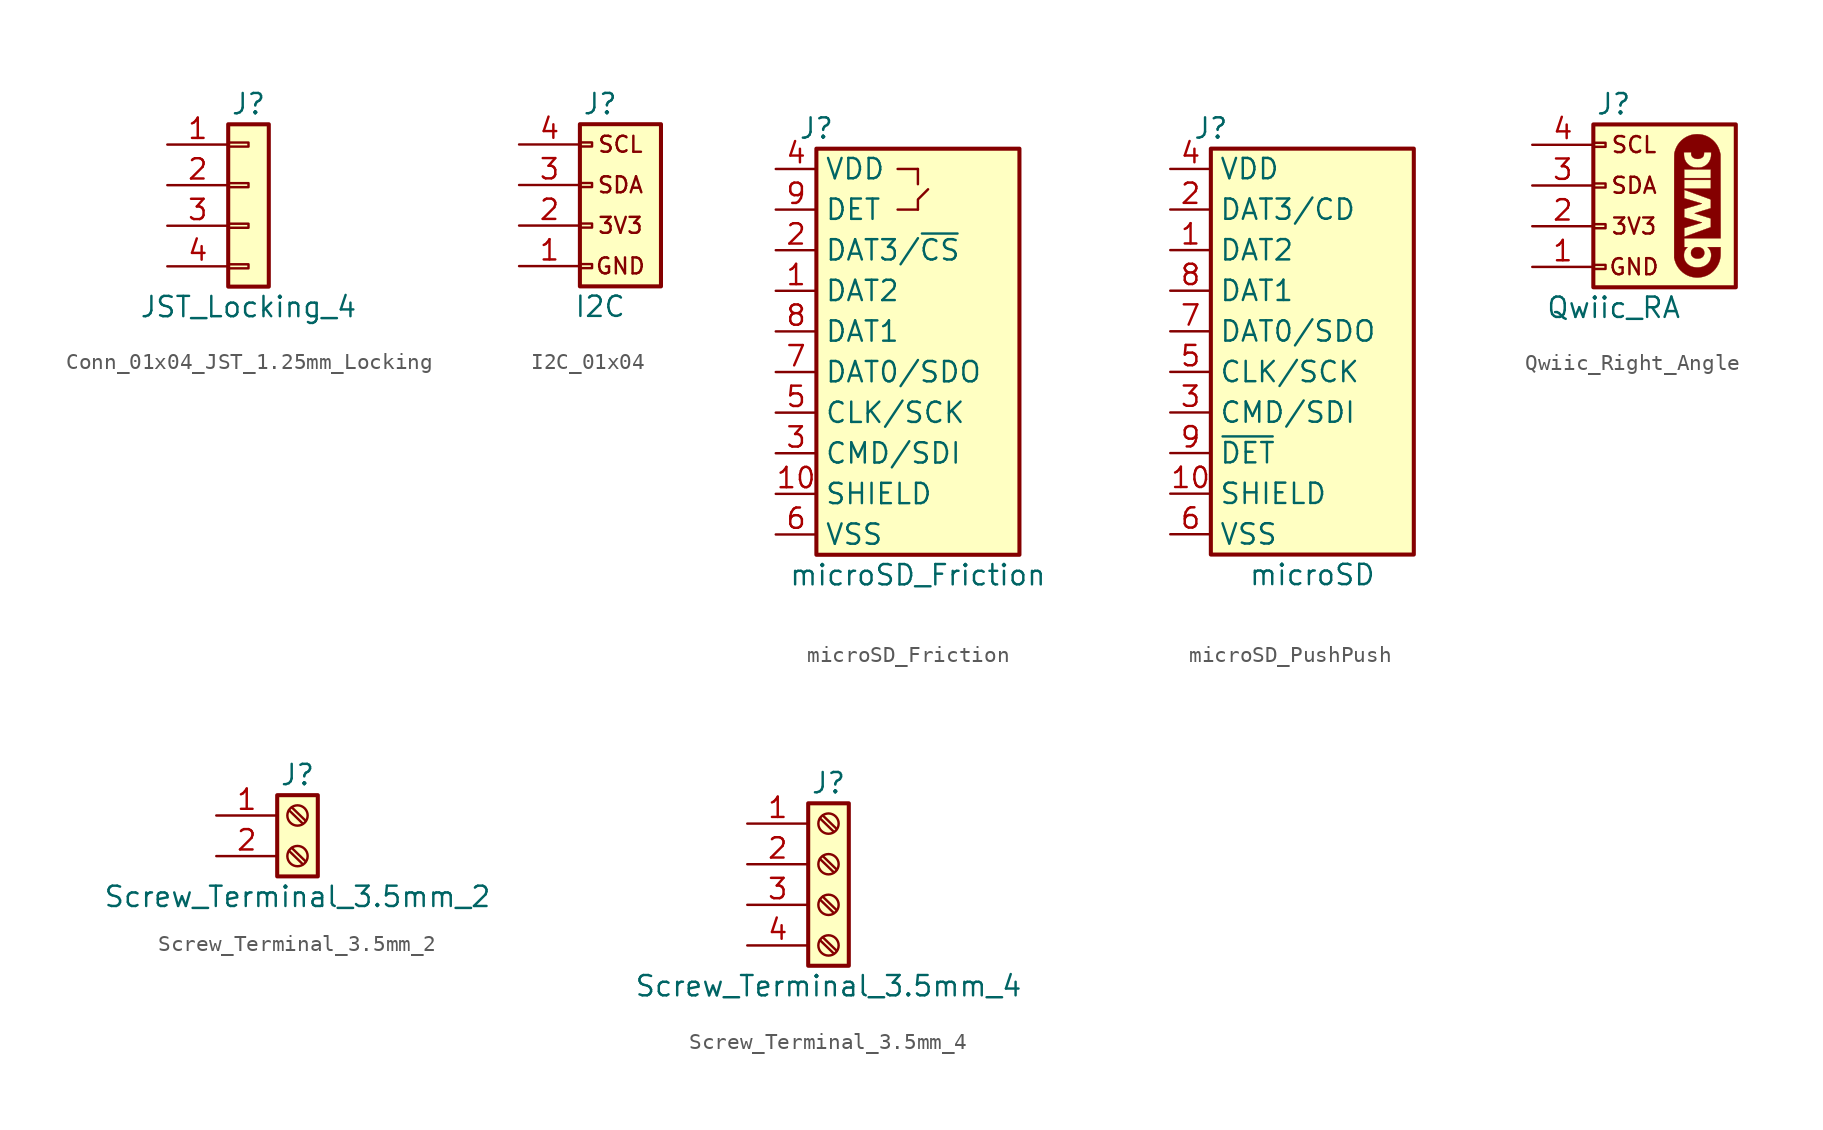
<source format=kicad_sym>
(kicad_symbol_lib
  (version 20231120)
  (generator "kicad_symbol_editor")
  (generator_version "8.0")
  (symbol "Conn_01x04_JST_1.25mm_Locking"
    (pin_names
      (offset 1.016) hide)
    (property "Reference" "J"
      (at 0 5.08 0)
      (effects (font (size 1.27 1.27))))
    (property "Value" "JST_Locking_4"
      (at 0 -7.62 0)
      (effects (font (size 1.27 1.27))))
    (symbol "Conn_01x04_JST_1.25mm_Locking_1_1"
      (rectangle (start -1.27 -4.953) (end 0 -5.207) (stroke (width 0.152) (type default)) (fill (type none)))
      (rectangle (start -1.27 -2.413) (end 0 -2.667) (stroke (width 0.152) (type default)) (fill (type none)))
      (rectangle (start -1.27 0.127) (end 0 -0.127) (stroke (width 0.152) (type default)) (fill (type none)))
      (rectangle (start -1.27 2.667) (end 0 2.413) (stroke (width 0.152) (type default)) (fill (type none)))
      (rectangle (start -1.27 3.81) (end 1.27 -6.35) (stroke (width 0.254) (type default)) (fill (type background)))
      (pin passive line (at -5.08 2.54 0) (length 3.81) (name "Pin_1" (effects (font (size 1.27 1.27)))) (number "1" (effects (font (size 1.27 1.27)))))
      (pin passive line (at -5.08 0 0) (length 3.81) (name "Pin_2" (effects (font (size 1.27 1.27)))) (number "2" (effects (font (size 1.27 1.27)))))
      (pin passive line (at -5.08 -2.54 0) (length 3.81) (name "Pin_3" (effects (font (size 1.27 1.27)))) (number "3" (effects (font (size 1.27 1.27)))))
      (pin passive line (at -5.08 -5.08 0) (length 3.81) (name "Pin_4" (effects (font (size 1.27 1.27)))) (number "4" (effects (font (size 1.27 1.27)))))
      (pin no_connect line (at 0 -6.35 90) (length 5.08) hide (name "NC" (effects (font (size 1.27 1.27)))) (number "NC1" (effects (font (size 1.27 1.27)))))
      (pin no_connect line (at 0 -6.35 90) (length 5.08) hide (name "NC" (effects (font (size 1.27 1.27)))) (number "NC2" (effects (font (size 1.27 1.27)))))))
  (symbol "I2C_01x04"
    (pin_names
      (offset 1.016) hide)
    (property "Reference" "J"
      (at 0 5.08 0)
      (effects (font (size 1.27 1.27))))
    (property "Value" "I2C"
      (at 0 -7.62 0)
      (effects (font (size 1.27 1.27))))
    (symbol "I2C_01x04_1_1"
      (rectangle (start -1.27 -4.953) (end -0.508 -5.207) (stroke (width 0.152) (type default)) (fill (type none)))
      (rectangle (start -1.27 -2.413) (end -0.508 -2.667) (stroke (width 0.152) (type default)) (fill (type none)))
      (rectangle (start -1.27 0.127) (end -0.508 -0.127) (stroke (width 0.152) (type default)) (fill (type none)))
      (rectangle (start -1.27 2.667) (end -0.508 2.413) (stroke (width 0.152) (type default)) (fill (type none)))
      (rectangle (start -1.27 3.81) (end 3.81 -6.35) (stroke (width 0.254) (type default)) (fill (type background)))
      (text "3V3" (at 1.27 -2.54 0) (effects (font (size 1 1))))
      (text "GND" (at 1.27 -5.08 0) (effects (font (size 1 1))))
      (text "SCL" (at 1.27 2.54 0) (effects (font (size 1 1))))
      (text "SDA" (at 1.27 0 0) (effects (font (size 1 1))))
      (pin passive line (at -5.08 -5.08 0) (length 3.81) (name "Pin_1" (effects (font (size 1.27 1.27)))) (number "1" (effects (font (size 1.27 1.27)))))
      (pin passive line (at -5.08 -2.54 0) (length 3.81) (name "Pin_2" (effects (font (size 1.27 1.27)))) (number "2" (effects (font (size 1.27 1.27)))))
      (pin passive line (at -5.08 0 0) (length 3.81) (name "Pin_3" (effects (font (size 1.27 1.27)))) (number "3" (effects (font (size 1.27 1.27)))))
      (pin passive line (at -5.08 2.54 0) (length 3.81) (name "Pin_4" (effects (font (size 1.27 1.27)))) (number "4" (effects (font (size 1.27 1.27)))))))
  (symbol "microSD_Friction"
    (property "Reference" "J"
      (at -6.35 15.24 0)
      (do_not_autoplace)
      (effects (font (size 1.27 1.27))))
    (property "Value" "microSD_Friction"
      (at 0 -12.7 0)
      (do_not_autoplace)
      (effects (font (size 1.27 1.27))))
    (symbol "microSD_Friction_0_1"
      (polyline (pts (xy -1.27 10.16) (xy 0 10.16)) (stroke (width 0) (type default)) (fill (type none)))
      (polyline (pts (xy -1.27 12.7) (xy 0 12.7)) (stroke (width 0) (type default)) (fill (type none)))
      (polyline (pts (xy 0 12.7) (xy 0 11.748)) (stroke (width 0) (type default)) (fill (type none)))
      (polyline (pts (xy 0 10.16) (xy 0 10.795) (xy 0.635 11.43)) (stroke (width 0) (type default)) (fill (type none))))
    (symbol "microSD_Friction_1_1"
      (rectangle (start -6.35 13.97) (end 6.35 -11.43) (stroke (width 0.254) (type default)) (fill (type background)))
      (pin bidirectional line (at -8.89 5.08 0) (length 2.54) (name "DAT2" (effects (font (size 1.27 1.27)))) (number "1" (effects (font (size 1.27 1.27)))))
      (pin passive line (at -8.89 -7.62 0) (length 2.54) (name "SHIELD" (effects (font (size 1.27 1.27)))) (number "10" (effects (font (size 1.27 1.27)))))
      (pin bidirectional line (at -8.89 7.62 0) (length 2.54) (name "DAT3/~{CS}" (effects (font (size 1.27 1.27)))) (number "2" (effects (font (size 1.27 1.27)))))
      (pin input line (at -8.89 -5.08 0) (length 2.54) (name "CMD/SDI" (effects (font (size 1.27 1.27)))) (number "3" (effects (font (size 1.27 1.27)))))
      (pin power_in line (at -8.89 12.7 0) (length 2.54) (name "VDD" (effects (font (size 1.27 1.27)))) (number "4" (effects (font (size 1.27 1.27)))))
      (pin input line (at -8.89 -2.54 0) (length 2.54) (name "CLK/SCK" (effects (font (size 1.27 1.27)))) (number "5" (effects (font (size 1.27 1.27)))))
      (pin power_in line (at -8.89 -10.16 0) (length 2.54) (name "VSS" (effects (font (size 1.27 1.27)))) (number "6" (effects (font (size 1.27 1.27)))))
      (pin bidirectional line (at -8.89 0 0) (length 2.54) (name "DAT0/SDO" (effects (font (size 1.27 1.27)))) (number "7" (effects (font (size 1.27 1.27)))))
      (pin bidirectional line (at -8.89 2.54 0) (length 2.54) (name "DAT1" (effects (font (size 1.27 1.27)))) (number "8" (effects (font (size 1.27 1.27)))))
      (pin passive line (at -8.89 10.16 0) (length 2.54) (name "DET" (effects (font (size 1.27 1.27)))) (number "9" (effects (font (size 1.27 1.27)))))))
  (symbol "microSD_PushPush"
    (property "Reference" "J"
      (at -6.35 15.24 0)
      (do_not_autoplace)
      (effects (font (size 1.27 1.27))))
    (property "Value" "microSD"
      (at 0 -12.7 0)
      (do_not_autoplace)
      (effects (font (size 1.27 1.27))))
    (symbol "microSD_PushPush_1_1"
      (rectangle (start -6.35 13.97) (end 6.35 -11.43) (stroke (width 0.254) (type default)) (fill (type background)))
      (pin bidirectional line (at -8.89 7.62 0) (length 2.54) (name "DAT2" (effects (font (size 1.27 1.27)))) (number "1" (effects (font (size 1.27 1.27)))))
      (pin passive line (at -8.89 -7.62 0) (length 2.54) (name "SHIELD" (effects (font (size 1.27 1.27)))) (number "10" (effects (font (size 1.27 1.27)))))
      (pin bidirectional line (at -8.89 10.16 0) (length 2.54) (name "DAT3/CD" (effects (font (size 1.27 1.27)))) (number "2" (effects (font (size 1.27 1.27)))))
      (pin input line (at -8.89 -2.54 0) (length 2.54) (name "CMD/SDI" (effects (font (size 1.27 1.27)))) (number "3" (effects (font (size 1.27 1.27)))))
      (pin power_in line (at -8.89 12.7 0) (length 2.54) (name "VDD" (effects (font (size 1.27 1.27)))) (number "4" (effects (font (size 1.27 1.27)))))
      (pin input line (at -8.89 0 0) (length 2.54) (name "CLK/SCK" (effects (font (size 1.27 1.27)))) (number "5" (effects (font (size 1.27 1.27)))))
      (pin power_in line (at -8.89 -10.16 0) (length 2.54) (name "VSS" (effects (font (size 1.27 1.27)))) (number "6" (effects (font (size 1.27 1.27)))))
      (pin bidirectional line (at -8.89 2.54 0) (length 2.54) (name "DAT0/SDO" (effects (font (size 1.27 1.27)))) (number "7" (effects (font (size 1.27 1.27)))))
      (pin bidirectional line (at -8.89 5.08 0) (length 2.54) (name "DAT1" (effects (font (size 1.27 1.27)))) (number "8" (effects (font (size 1.27 1.27)))))
      (pin passive line (at -8.89 -5.08 0) (length 2.54) (name "~{DET}" (effects (font (size 1.27 1.27)))) (number "9" (effects (font (size 1.27 1.27)))))))
  (symbol "Qwiic_Right_Angle"
    (pin_names
      (offset 1.016) hide)
    (property "Reference" "J"
      (at 0 5.08 0)
      (effects (font (size 1.27 1.27))))
    (property "Value" "Qwiic_RA"
      (at 0 -7.62 0)
      (effects (font (size 1.27 1.27))))
    (symbol "Qwiic_Right_Angle_0_0"
      (polyline (pts (xy 5.651 -4.146) (xy 5.63 -4.065) (xy 5.592 -3.998) (xy 5.537 -3.943) (xy 5.463 -3.896) (xy 5.439 -3.884) (xy 5.402 -3.868) (xy 5.368 -3.858) (xy 5.329 -3.852) (xy 5.277 -3.849) (xy 5.218 -3.847) (xy 5.123 -3.856) (xy 5.04 -3.88) (xy 4.97 -3.92) (xy 4.908 -3.976) (xy 4.894 -3.992) (xy 4.854 -4.055) (xy 4.831 -4.124) (xy 4.824 -4.205) (xy 4.824 -4.222) (xy 4.834 -4.301) (xy 4.861 -4.369) (xy 4.905 -4.431) (xy 4.933 -4.459) (xy 5.001 -4.509) (xy 5.079 -4.542) (xy 5.17 -4.559) (xy 5.274 -4.561) (xy 5.326 -4.556) (xy 5.42 -4.535) (xy 5.499 -4.497) (xy 5.564 -4.444) (xy 5.613 -4.376) (xy 5.647 -4.293) (xy 5.65 -4.279) (xy 5.656 -4.232) (xy 5.656 -4.188) (xy 5.651 -4.146)) (stroke (width 0.01) (type default)) (fill (type outline)))
      (polyline (pts (xy 6.669 -0.679) (xy 6.666 1.933) (xy 6.642 2.039) (xy 6.63 2.087) (xy 6.579 2.253) (xy 6.514 2.404) (xy 6.434 2.543) (xy 6.336 2.673) (xy 6.221 2.796) (xy 6.17 2.843) (xy 6.03 2.953) (xy 5.884 3.042) (xy 5.729 3.111) (xy 5.567 3.161) (xy 5.395 3.19) (xy 5.215 3.2) (xy 5.17 3.199) (xy 5.006 3.187) (xy 4.851 3.157) (xy 4.701 3.108) (xy 4.551 3.04) (xy 4.51 3.019) (xy 4.361 2.924) (xy 4.226 2.813) (xy 4.107 2.687) (xy 4.003 2.547) (xy 3.916 2.395) (xy 3.847 2.229) (xy 3.795 2.053) (xy 3.793 2.045) (xy 3.791 2.036) (xy 3.789 2.024) (xy 3.788 2.011) (xy 3.786 1.994) (xy 3.785 1.973) (xy 3.784 1.948) (xy 3.783 1.918) (xy 3.781 1.881) (xy 3.78 1.838) (xy 3.78 1.787) (xy 3.779 1.728) (xy 3.778 1.659) (xy 3.777 1.581) (xy 3.777 1.492) (xy 3.776 1.393) (xy 3.776 1.28) (xy 3.776 1.156) (xy 3.775 1.017) (xy 3.775 0.865) (xy 3.775 0.697) (xy 3.775 0.514) (xy 3.775 0.314) (xy 3.775 0.097) (xy 3.775 -0.139) (xy 3.774 -0.393) (xy 3.774 -0.666) (xy 3.774 -0.96) (xy 3.774 -1.274) (xy 3.774 -4.515) (xy 3.804 -4.632) (xy 3.824 -4.703) (xy 3.884 -4.868) (xy 3.961 -5.021) (xy 4.056 -5.162) (xy 4.17 -5.295) (xy 4.295 -5.412) (xy 4.436 -5.516) (xy 4.586 -5.601) (xy 4.746 -5.666) (xy 4.916 -5.712) (xy 5.096 -5.739) (xy 5.257 -5.744) (xy 5.423 -5.729) (xy 5.589 -5.695) (xy 5.753 -5.642) (xy 5.824 -5.612) (xy 5.973 -5.533) (xy 6.111 -5.436) (xy 6.237 -5.324) (xy 6.349 -5.198) (xy 6.447 -5.06) (xy 6.528 -4.911) (xy 6.593 -4.753) (xy 6.638 -4.588) (xy 6.665 -4.417) (xy 6.665 -4.405) (xy 6.666 -4.37) (xy 6.668 -4.32) (xy 6.669 -4.257) (xy 6.67 -4.186) (xy 6.67 -4.11) (xy 6.672 -3.846) (xy 6.266 -3.846) (xy 5.859 -3.846) (xy 5.922 -3.91) (xy 5.935 -3.924) (xy 6 -4.011) (xy 6.047 -4.11) (xy 6.075 -4.219) (xy 6.085 -4.338) (xy 6.078 -4.451) (xy 6.052 -4.575) (xy 6.007 -4.694) (xy 5.952 -4.786) (xy 5.877 -4.875) (xy 5.786 -4.952) (xy 5.683 -5.013) (xy 5.631 -5.037) (xy 5.564 -5.064) (xy 5.498 -5.083) (xy 5.425 -5.098) (xy 5.338 -5.11) (xy 5.245 -5.116) (xy 5.122 -5.111) (xy 5 -5.094) (xy 4.886 -5.064) (xy 4.786 -5.023) (xy 4.683 -4.962) (xy 4.588 -4.882) (xy 4.509 -4.788) (xy 4.447 -4.681) (xy 4.404 -4.563) (xy 4.403 -4.561) (xy 4.391 -4.499) (xy 4.385 -4.424) (xy 4.383 -4.345) (xy 4.387 -4.266) (xy 4.396 -4.196) (xy 4.409 -4.14) (xy 4.432 -4.082) (xy 4.485 -3.988) (xy 4.555 -3.903) (xy 4.611 -3.846) (xy 4.505 -3.846) (xy 4.4 -3.846) (xy 4.4 -3.569) (xy 4.4 -3.291) (xy 4.405 -3.291) (xy 4.405 -3.202) (xy 4.402 -2.93) (xy 4.402 -2.896) (xy 4.402 -2.808) (xy 4.402 -2.739) (xy 4.404 -2.691) (xy 4.407 -2.661) (xy 4.411 -2.65) (xy 4.414 -2.648) (xy 4.434 -2.642) (xy 4.472 -2.63) (xy 4.527 -2.613) (xy 4.595 -2.592) (xy 4.676 -2.568) (xy 4.767 -2.541) (xy 4.866 -2.512) (xy 4.971 -2.481) (xy 5.017 -2.467) (xy 5.119 -2.437) (xy 5.213 -2.409) (xy 5.298 -2.383) (xy 5.371 -2.36) (xy 5.431 -2.341) (xy 5.475 -2.326) (xy 5.503 -2.317) (xy 5.511 -2.312) (xy 5.505 -2.31) (xy 5.48 -2.302) (xy 5.437 -2.288) (xy 5.379 -2.271) (xy 5.309 -2.25) (xy 5.228 -2.226) (xy 5.138 -2.2) (xy 5.041 -2.172) (xy 4.985 -2.156) (xy 4.886 -2.128) (xy 4.793 -2.101) (xy 4.706 -2.076) (xy 4.63 -2.054) (xy 4.567 -2.035) (xy 4.519 -2.021) (xy 4.489 -2.012) (xy 4.399 -1.985) (xy 4.402 -1.723) (xy 4.405 -1.461) (xy 4.584 -1.408) (xy 4.616 -1.399) (xy 4.774 -1.353) (xy 4.912 -1.313) (xy 5.032 -1.278) (xy 5.135 -1.248) (xy 5.222 -1.222) (xy 5.295 -1.2) (xy 5.354 -1.182) (xy 5.402 -1.168) (xy 5.438 -1.156) (xy 5.465 -1.147) (xy 5.483 -1.139) (xy 5.495 -1.134) (xy 5.5 -1.13) (xy 5.5 -1.126) (xy 5.497 -1.124) (xy 5.492 -1.121) (xy 5.49 -1.121) (xy 5.469 -1.114) (xy 5.43 -1.102) (xy 5.374 -1.085) (xy 5.305 -1.064) (xy 5.224 -1.04) (xy 5.133 -1.013) (xy 5.034 -0.984) (xy 4.93 -0.953) (xy 4.4 -0.797) (xy 4.4 -0.533) (xy 4.4 -0.479) (xy 4.4 -0.411) (xy 4.402 -0.353) (xy 4.403 -0.308) (xy 4.405 -0.279) (xy 4.407 -0.269) (xy 4.409 -0.269) (xy 4.428 -0.276) (xy 4.466 -0.289) (xy 4.52 -0.309) (xy 4.59 -0.334) (xy 4.673 -0.364) (xy 4.768 -0.399) (xy 4.874 -0.437) (xy 4.988 -0.479) (xy 5.11 -0.524) (xy 5.238 -0.57) (xy 6.063 -0.872) (xy 6.063 -0.193) (xy 5.231 -0.193) (xy 4.4 -0.193) (xy 4.4 0.079) (xy 4.4 0.351) (xy 5.231 0.351) (xy 6.063 0.351) (xy 6.063 0.46) (xy 5.231 0.46) (xy 4.4 0.46) (xy 4.4 0.732) (xy 4.4 1.004) (xy 5.231 1.004) (xy 5.237 1.004) (xy 5.237 1.118) (xy 5.146 1.119) (xy 5.067 1.125) (xy 4.997 1.136) (xy 4.933 1.153) (xy 4.868 1.178) (xy 4.797 1.213) (xy 4.766 1.23) (xy 4.681 1.29) (xy 4.601 1.365) (xy 4.531 1.449) (xy 4.478 1.536) (xy 4.469 1.556) (xy 4.431 1.646) (xy 4.405 1.735) (xy 4.391 1.83) (xy 4.385 1.939) (xy 4.383 2.075) (xy 4.609 2.078) (xy 4.835 2.08) (xy 4.835 1.996) (xy 4.837 1.948) (xy 4.849 1.886) (xy 4.874 1.832) (xy 4.914 1.779) (xy 4.973 1.729) (xy 5.046 1.692) (xy 5.128 1.669) (xy 5.215 1.659) (xy 5.304 1.663) (xy 5.39 1.681) (xy 5.47 1.714) (xy 5.54 1.76) (xy 5.573 1.792) (xy 5.607 1.844) (xy 5.628 1.907) (xy 5.637 1.984) (xy 5.642 2.08) (xy 5.861 2.078) (xy 6.08 2.075) (xy 6.081 1.971) (xy 6.081 1.921) (xy 6.074 1.813) (xy 6.055 1.716) (xy 6.024 1.62) (xy 5.978 1.52) (xy 5.934 1.446) (xy 5.857 1.35) (xy 5.765 1.27) (xy 5.659 1.206) (xy 5.625 1.189) (xy 5.565 1.163) (xy 5.51 1.143) (xy 5.455 1.131) (xy 5.395 1.123) (xy 5.324 1.119) (xy 5.237 1.118) (xy 5.237 1.004) (xy 6.063 1.004) (xy 6.063 0.732) (xy 6.063 0.46) (xy 6.063 0.351) (xy 6.063 0.079) (xy 6.063 -0.193) (xy 6.063 -0.872) (xy 6.063 -1.144) (xy 6.063 -1.416) (xy 5.552 -1.573) (xy 5.536 -1.578) (xy 5.436 -1.609) (xy 5.344 -1.638) (xy 5.26 -1.664) (xy 5.188 -1.687) (xy 5.129 -1.707) (xy 5.085 -1.722) (xy 5.058 -1.732) (xy 5.049 -1.737) (xy 5.049 -1.737) (xy 5.062 -1.742) (xy 5.094 -1.753) (xy 5.142 -1.768) (xy 5.205 -1.789) (xy 5.28 -1.812) (xy 5.366 -1.839) (xy 5.46 -1.869) (xy 5.56 -1.9) (xy 6.063 -2.056) (xy 6.063 -2.328) (xy 6.063 -2.601) (xy 5.234 -2.902) (xy 4.405 -3.202) (xy 4.405 -3.291) (xy 5.536 -3.291) (xy 6.673 -3.291) (xy 6.669 -0.679)) (stroke (width 0.01) (type default)) (fill (type outline))))
    (symbol "Qwiic_Right_Angle_1_1"
      (rectangle (start -1.27 -4.953) (end -0.508 -5.207) (stroke (width 0.152) (type default)) (fill (type none)))
      (rectangle (start -1.27 -2.413) (end -0.508 -2.667) (stroke (width 0.152) (type default)) (fill (type none)))
      (rectangle (start -1.27 0.127) (end -0.508 -0.127) (stroke (width 0.152) (type default)) (fill (type none)))
      (rectangle (start -1.27 2.667) (end -0.508 2.413) (stroke (width 0.152) (type default)) (fill (type none)))
      (rectangle (start -1.27 3.81) (end 7.62 -6.35) (stroke (width 0.254) (type default)) (fill (type background)))
      (text "3V3" (at 1.27 -2.54 0) (effects (font (size 1 1))))
      (text "GND" (at 1.27 -5.08 0) (effects (font (size 1 1))))
      (text "SCL" (at 1.27 2.54 0) (effects (font (size 1 1))))
      (text "SDA" (at 1.27 0 0) (effects (font (size 1 1))))
      (pin passive line (at -5.08 -5.08 0) (length 3.81) (name "Pin_1" (effects (font (size 1.27 1.27)))) (number "1" (effects (font (size 1.27 1.27)))))
      (pin passive line (at -5.08 -2.54 0) (length 3.81) (name "Pin_2" (effects (font (size 1.27 1.27)))) (number "2" (effects (font (size 1.27 1.27)))))
      (pin passive line (at -5.08 0 0) (length 3.81) (name "Pin_3" (effects (font (size 1.27 1.27)))) (number "3" (effects (font (size 1.27 1.27)))))
      (pin passive line (at -5.08 2.54 0) (length 3.81) (name "Pin_4" (effects (font (size 1.27 1.27)))) (number "4" (effects (font (size 1.27 1.27)))))
      (pin no_connect line (at 2.54 3.81 270) (length 2.54) hide (name "NC" (effects (font (size 1.27 1.27)))) (number "NC1" (effects (font (size 1.27 1.27)))))
      (pin no_connect line (at 2.54 3.81 270) (length 2.54) hide (name "NC" (effects (font (size 1.27 1.27)))) (number "NC2" (effects (font (size 1.27 1.27)))))))
  (symbol "Screw_Terminal_3.5mm_2"
    (pin_names
      (offset 1.016) hide)
    (property "Reference" "J"
      (at 0 3.81 0)
      (effects (font (size 1.27 1.27))))
    (property "Value" "Screw_Terminal_3.5mm_2"
      (at 0 -3.81 0)
      (effects (font (size 1.27 1.27))))
    (symbol "Screw_Terminal_3.5mm_2_1_1"
      (rectangle (start -1.27 2.54) (end 1.27 -2.54) (stroke (width 0.254) (type default)) (fill (type background)))
      (circle (center 0 -1.27) (radius 0.635) (stroke (width 0.152) (type default)) (fill (type none)))
      (polyline (pts (xy -0.533 -0.94) (xy 0.33 -1.778)) (stroke (width 0.152) (type default)) (fill (type none)))
      (polyline (pts (xy -0.533 1.6) (xy 0.33 0.762)) (stroke (width 0.152) (type default)) (fill (type none)))
      (polyline (pts (xy -0.356 -0.762) (xy 0.508 -1.6)) (stroke (width 0.152) (type default)) (fill (type none)))
      (polyline (pts (xy -0.356 1.778) (xy 0.508 0.94)) (stroke (width 0.152) (type default)) (fill (type none)))
      (circle (center 0 1.27) (radius 0.635) (stroke (width 0.152) (type default)) (fill (type none)))
      (pin passive line (at -5.08 1.27 0) (length 3.81) (name "Pin_1" (effects (font (size 1.27 1.27)))) (number "1" (effects (font (size 1.27 1.27)))))
      (pin passive line (at -5.08 -1.27 0) (length 3.81) (name "Pin_2" (effects (font (size 1.27 1.27)))) (number "2" (effects (font (size 1.27 1.27)))))))
  (symbol "Screw_Terminal_3.5mm_4"
    (pin_names
      (offset 1.016) hide)
    (property "Reference" "J"
      (at 0 5.08 0)
      (effects (font (size 1.27 1.27))))
    (property "Value" "Screw_Terminal_3.5mm_4"
      (at 0 -7.62 0)
      (effects (font (size 1.27 1.27))))
    (symbol "Screw_Terminal_3.5mm_4_1_1"
      (rectangle (start -1.27 3.81) (end 1.27 -6.35) (stroke (width 0.254) (type default)) (fill (type background)))
      (circle (center 0 -5.08) (radius 0.635) (stroke (width 0.152) (type default)) (fill (type none)))
      (circle (center 0 -2.54) (radius 0.635) (stroke (width 0.152) (type default)) (fill (type none)))
      (polyline (pts (xy -0.533 -4.75) (xy 0.33 -5.588)) (stroke (width 0.152) (type default)) (fill (type none)))
      (polyline (pts (xy -0.533 -2.21) (xy 0.33 -3.048)) (stroke (width 0.152) (type default)) (fill (type none)))
      (polyline (pts (xy -0.533 0.33) (xy 0.33 -0.508)) (stroke (width 0.152) (type default)) (fill (type none)))
      (polyline (pts (xy -0.533 2.87) (xy 0.33 2.032)) (stroke (width 0.152) (type default)) (fill (type none)))
      (polyline (pts (xy -0.356 -4.572) (xy 0.508 -5.41)) (stroke (width 0.152) (type default)) (fill (type none)))
      (polyline (pts (xy -0.356 -2.032) (xy 0.508 -2.87)) (stroke (width 0.152) (type default)) (fill (type none)))
      (polyline (pts (xy -0.356 0.508) (xy 0.508 -0.33)) (stroke (width 0.152) (type default)) (fill (type none)))
      (polyline (pts (xy -0.356 3.048) (xy 0.508 2.21)) (stroke (width 0.152) (type default)) (fill (type none)))
      (circle (center 0 0) (radius 0.635) (stroke (width 0.152) (type default)) (fill (type none)))
      (circle (center 0 2.54) (radius 0.635) (stroke (width 0.152) (type default)) (fill (type none)))
      (pin passive line (at -5.08 2.54 0) (length 3.81) (name "Pin_1" (effects (font (size 1.27 1.27)))) (number "1" (effects (font (size 1.27 1.27)))))
      (pin passive line (at -5.08 0 0) (length 3.81) (name "Pin_2" (effects (font (size 1.27 1.27)))) (number "2" (effects (font (size 1.27 1.27)))))
      (pin passive line (at -5.08 -2.54 0) (length 3.81) (name "Pin_3" (effects (font (size 1.27 1.27)))) (number "3" (effects (font (size 1.27 1.27)))))
      (pin passive line (at -5.08 -5.08 0) (length 3.81) (name "Pin_4" (effects (font (size 1.27 1.27)))) (number "4" (effects (font (size 1.27 1.27))))))))
</source>
